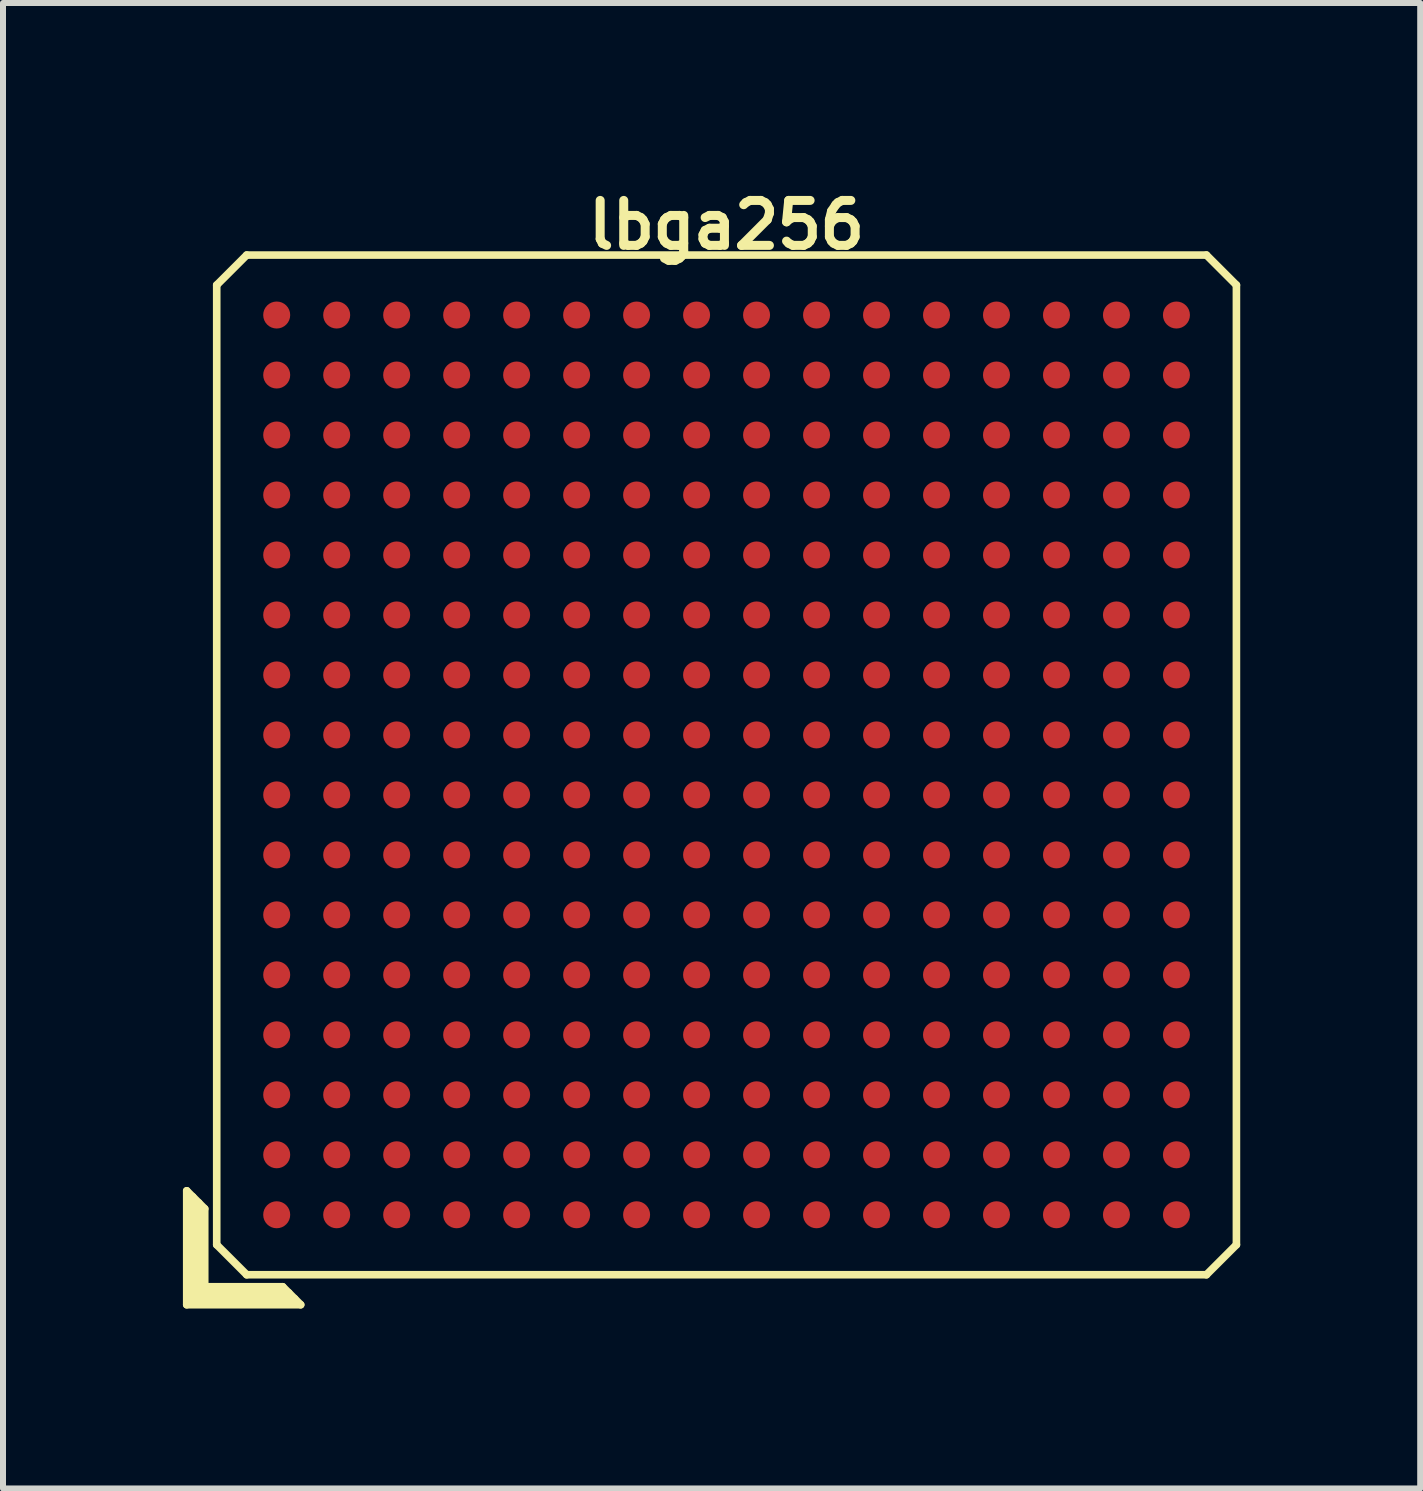
<source format=kicad_pcb>
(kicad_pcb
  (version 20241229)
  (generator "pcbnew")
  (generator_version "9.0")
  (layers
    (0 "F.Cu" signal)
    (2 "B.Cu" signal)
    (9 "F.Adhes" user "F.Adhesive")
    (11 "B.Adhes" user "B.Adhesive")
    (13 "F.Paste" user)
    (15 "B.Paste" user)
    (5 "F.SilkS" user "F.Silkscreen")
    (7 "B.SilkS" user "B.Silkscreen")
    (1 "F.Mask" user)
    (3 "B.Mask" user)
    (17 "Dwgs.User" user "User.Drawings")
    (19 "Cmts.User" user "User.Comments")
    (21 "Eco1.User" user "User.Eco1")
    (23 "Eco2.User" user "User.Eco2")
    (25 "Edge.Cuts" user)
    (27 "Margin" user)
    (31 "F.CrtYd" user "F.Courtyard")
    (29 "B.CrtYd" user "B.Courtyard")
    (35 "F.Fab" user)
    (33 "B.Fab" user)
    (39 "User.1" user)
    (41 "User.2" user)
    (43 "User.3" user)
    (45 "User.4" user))
  (footprint "lbga256"
    (layer "F.Cu")
    (at 9.063 9.702)
    (property "Reference" "lbga256" (at 0 -9 0) (layer "F.SilkS") (effects (font (size 0.75 0.75) (thickness 0.15))))
    (attr through_hole)
    (fp_line (start -9 7.1) (end -8.7 7.4) (stroke (width 0.127) (type solid)) (layer "F.SilkS"))
    (fp_line (start -9 9) (end -9 7.1) (stroke (width 0.127) (type solid)) (layer "F.SilkS"))
    (fp_line (start -8.9 7.3) (end -8.9 7.2) (stroke (width 0.127) (type solid)) (layer "F.SilkS"))
    (fp_line (start -8.9 8.9) (end -8.9 7.3) (stroke (width 0.127) (type solid)) (layer "F.SilkS"))
    (fp_line (start -8.8 7.3) (end -8.8 8.8) (stroke (width 0.127) (type solid)) (layer "F.SilkS"))
    (fp_line (start -8.8 8.8) (end -7.3 8.8) (stroke (width 0.127) (type solid)) (layer "F.SilkS"))
    (fp_line (start -8.7 7.4) (end -8.7 8.7) (stroke (width 0.127) (type solid)) (layer "F.SilkS"))
    (fp_line (start -8.7 8.7) (end -7.4 8.7) (stroke (width 0.127) (type solid)) (layer "F.SilkS"))
    (fp_line (start -8.5 -8) (end -8.5 8) (stroke (width 0.127) (type solid)) (layer "F.SilkS"))
    (fp_line (start -8.5 -8) (end -8 -8.5) (stroke (width 0.127) (type solid)) (layer "F.SilkS"))
    (fp_line (start -8 8.5) (end -8.5 8) (stroke (width 0.127) (type solid)) (layer "F.SilkS"))
    (fp_line (start -8 8.5) (end 8 8.5) (stroke (width 0.127) (type solid)) (layer "F.SilkS"))
    (fp_line (start -7.4 8.7) (end -7.1 9) (stroke (width 0.127) (type solid)) (layer "F.SilkS"))
    (fp_line (start -7.2 8.9) (end -8.9 8.9) (stroke (width 0.127) (type solid)) (layer "F.SilkS"))
    (fp_line (start -7.1 9) (end -9 9) (stroke (width 0.127) (type solid)) (layer "F.SilkS"))
    (fp_line (start 8 -8.5) (end -8 -8.5) (stroke (width 0.127) (type solid)) (layer "F.SilkS"))
    (fp_line (start 8 -8.5) (end 8.5 -8) (stroke (width 0.127) (type solid)) (layer "F.SilkS"))
    (fp_line (start 8.5 8) (end 8 8.5) (stroke (width 0.127) (type solid)) (layer "F.SilkS"))
    (fp_line (start 8.5 8) (end 8.5 -8) (stroke (width 0.127) (type solid)) (layer "F.SilkS"))
    (pad "A1" smd circle (at -7.5 7.5) (size 0.45 0.45) (layers "F.Cu" "F.Mask" "F.Paste"))
    (pad "A2" smd circle (at -6.5 7.5) (size 0.45 0.45) (layers "F.Cu" "F.Mask" "F.Paste"))
    (pad "A3" smd circle (at -5.5 7.5) (size 0.45 0.45) (layers "F.Cu" "F.Mask" "F.Paste"))
    (pad "A4" smd circle (at -4.5 7.5) (size 0.45 0.45) (layers "F.Cu" "F.Mask" "F.Paste"))
    (pad "A5" smd circle (at -3.5 7.5) (size 0.45 0.45) (layers "F.Cu" "F.Mask" "F.Paste"))
    (pad "A6" smd circle (at -2.5 7.5) (size 0.45 0.45) (layers "F.Cu" "F.Mask" "F.Paste"))
    (pad "A7" smd circle (at -1.5 7.5) (size 0.45 0.45) (layers "F.Cu" "F.Mask" "F.Paste"))
    (pad "A8" smd circle (at -0.5 7.5) (size 0.45 0.45) (layers "F.Cu" "F.Mask" "F.Paste"))
    (pad "A9" smd circle (at 0.5 7.5) (size 0.45 0.45) (layers "F.Cu" "F.Mask" "F.Paste"))
    (pad "A10" smd circle (at 1.5 7.5) (size 0.45 0.45) (layers "F.Cu" "F.Mask" "F.Paste"))
    (pad "A11" smd circle (at 2.5 7.5) (size 0.45 0.45) (layers "F.Cu" "F.Mask" "F.Paste"))
    (pad "A12" smd circle (at 3.5 7.5) (size 0.45 0.45) (layers "F.Cu" "F.Mask" "F.Paste"))
    (pad "A13" smd circle (at 4.5 7.5) (size 0.45 0.45) (layers "F.Cu" "F.Mask" "F.Paste"))
    (pad "A14" smd circle (at 5.5 7.5) (size 0.45 0.45) (layers "F.Cu" "F.Mask" "F.Paste"))
    (pad "A15" smd circle (at 6.5 7.5) (size 0.45 0.45) (layers "F.Cu" "F.Mask" "F.Paste"))
    (pad "A16" smd circle (at 7.5 7.5) (size 0.45 0.45) (layers "F.Cu" "F.Mask" "F.Paste"))
    (pad "B1" smd circle (at -7.5 6.5) (size 0.45 0.45) (layers "F.Cu" "F.Mask" "F.Paste"))
    (pad "B2" smd circle (at -6.5 6.5) (size 0.45 0.45) (layers "F.Cu" "F.Mask" "F.Paste"))
    (pad "B3" smd circle (at -5.5 6.5) (size 0.45 0.45) (layers "F.Cu" "F.Mask" "F.Paste"))
    (pad "B4" smd circle (at -4.5 6.5) (size 0.45 0.45) (layers "F.Cu" "F.Mask" "F.Paste"))
    (pad "B5" smd circle (at -3.5 6.5) (size 0.45 0.45) (layers "F.Cu" "F.Mask" "F.Paste"))
    (pad "B6" smd circle (at -2.5 6.5) (size 0.45 0.45) (layers "F.Cu" "F.Mask" "F.Paste"))
    (pad "B7" smd circle (at -1.5 6.5) (size 0.45 0.45) (layers "F.Cu" "F.Mask" "F.Paste"))
    (pad "B8" smd circle (at -0.5 6.5) (size 0.45 0.45) (layers "F.Cu" "F.Mask" "F.Paste"))
    (pad "B9" smd circle (at 0.5 6.5) (size 0.45 0.45) (layers "F.Cu" "F.Mask" "F.Paste"))
    (pad "B10" smd circle (at 1.5 6.5) (size 0.45 0.45) (layers "F.Cu" "F.Mask" "F.Paste"))
    (pad "B11" smd circle (at 2.5 6.5) (size 0.45 0.45) (layers "F.Cu" "F.Mask" "F.Paste"))
    (pad "B12" smd circle (at 3.5 6.5) (size 0.45 0.45) (layers "F.Cu" "F.Mask" "F.Paste"))
    (pad "B13" smd circle (at 4.5 6.5) (size 0.45 0.45) (layers "F.Cu" "F.Mask" "F.Paste"))
    (pad "B14" smd circle (at 5.5 6.5) (size 0.45 0.45) (layers "F.Cu" "F.Mask" "F.Paste"))
    (pad "B15" smd circle (at 6.5 6.5) (size 0.45 0.45) (layers "F.Cu" "F.Mask" "F.Paste"))
    (pad "B16" smd circle (at 7.5 6.5) (size 0.45 0.45) (layers "F.Cu" "F.Mask" "F.Paste"))
    (pad "C1" smd circle (at -7.5 5.5) (size 0.45 0.45) (layers "F.Cu" "F.Mask" "F.Paste"))
    (pad "C2" smd circle (at -6.5 5.5) (size 0.45 0.45) (layers "F.Cu" "F.Mask" "F.Paste"))
    (pad "C3" smd circle (at -5.5 5.5) (size 0.45 0.45) (layers "F.Cu" "F.Mask" "F.Paste"))
    (pad "C4" smd circle (at -4.5 5.5) (size 0.45 0.45) (layers "F.Cu" "F.Mask" "F.Paste"))
    (pad "C5" smd circle (at -3.5 5.5) (size 0.45 0.45) (layers "F.Cu" "F.Mask" "F.Paste"))
    (pad "C6" smd circle (at -2.5 5.5) (size 0.45 0.45) (layers "F.Cu" "F.Mask" "F.Paste"))
    (pad "C7" smd circle (at -1.5 5.5) (size 0.45 0.45) (layers "F.Cu" "F.Mask" "F.Paste"))
    (pad "C8" smd circle (at -0.5 5.5) (size 0.45 0.45) (layers "F.Cu" "F.Mask" "F.Paste"))
    (pad "C9" smd circle (at 0.5 5.5) (size 0.45 0.45) (layers "F.Cu" "F.Mask" "F.Paste"))
    (pad "C10" smd circle (at 1.5 5.5) (size 0.45 0.45) (layers "F.Cu" "F.Mask" "F.Paste"))
    (pad "C11" smd circle (at 2.5 5.5) (size 0.45 0.45) (layers "F.Cu" "F.Mask" "F.Paste"))
    (pad "C12" smd circle (at 3.5 5.5) (size 0.45 0.45) (layers "F.Cu" "F.Mask" "F.Paste"))
    (pad "C13" smd circle (at 4.5 5.5) (size 0.45 0.45) (layers "F.Cu" "F.Mask" "F.Paste"))
    (pad "C14" smd circle (at 5.5 5.5) (size 0.45 0.45) (layers "F.Cu" "F.Mask" "F.Paste"))
    (pad "C15" smd circle (at 6.5 5.5) (size 0.45 0.45) (layers "F.Cu" "F.Mask" "F.Paste"))
    (pad "C16" smd circle (at 7.5 5.5) (size 0.45 0.45) (layers "F.Cu" "F.Mask" "F.Paste"))
    (pad "D1" smd circle (at -7.5 4.5) (size 0.45 0.45) (layers "F.Cu" "F.Mask" "F.Paste"))
    (pad "D2" smd circle (at -6.5 4.5) (size 0.45 0.45) (layers "F.Cu" "F.Mask" "F.Paste"))
    (pad "D3" smd circle (at -5.5 4.5) (size 0.45 0.45) (layers "F.Cu" "F.Mask" "F.Paste"))
    (pad "D4" smd circle (at -4.5 4.5) (size 0.45 0.45) (layers "F.Cu" "F.Mask" "F.Paste"))
    (pad "D5" smd circle (at -3.5 4.5) (size 0.45 0.45) (layers "F.Cu" "F.Mask" "F.Paste"))
    (pad "D6" smd circle (at -2.5 4.5) (size 0.45 0.45) (layers "F.Cu" "F.Mask" "F.Paste"))
    (pad "D7" smd circle (at -1.5 4.5) (size 0.45 0.45) (layers "F.Cu" "F.Mask" "F.Paste"))
    (pad "D8" smd circle (at -0.5 4.5) (size 0.45 0.45) (layers "F.Cu" "F.Mask" "F.Paste"))
    (pad "D9" smd circle (at 0.5 4.5) (size 0.45 0.45) (layers "F.Cu" "F.Mask" "F.Paste"))
    (pad "D10" smd circle (at 1.5 4.5) (size 0.45 0.45) (layers "F.Cu" "F.Mask" "F.Paste"))
    (pad "D11" smd circle (at 2.5 4.5) (size 0.45 0.45) (layers "F.Cu" "F.Mask" "F.Paste"))
    (pad "D12" smd circle (at 3.5 4.5) (size 0.45 0.45) (layers "F.Cu" "F.Mask" "F.Paste"))
    (pad "D13" smd circle (at 4.5 4.5) (size 0.45 0.45) (layers "F.Cu" "F.Mask" "F.Paste"))
    (pad "D14" smd circle (at 5.5 4.5) (size 0.45 0.45) (layers "F.Cu" "F.Mask" "F.Paste"))
    (pad "D15" smd circle (at 6.5 4.5) (size 0.45 0.45) (layers "F.Cu" "F.Mask" "F.Paste"))
    (pad "D16" smd circle (at 7.5 4.5) (size 0.45 0.45) (layers "F.Cu" "F.Mask" "F.Paste"))
    (pad "E1" smd circle (at -7.5 3.5) (size 0.45 0.45) (layers "F.Cu" "F.Mask" "F.Paste"))
    (pad "E2" smd circle (at -6.5 3.5) (size 0.45 0.45) (layers "F.Cu" "F.Mask" "F.Paste"))
    (pad "E3" smd circle (at -5.5 3.5) (size 0.45 0.45) (layers "F.Cu" "F.Mask" "F.Paste"))
    (pad "E4" smd circle (at -4.5 3.5) (size 0.45 0.45) (layers "F.Cu" "F.Mask" "F.Paste"))
    (pad "E5" smd circle (at -3.5 3.5) (size 0.45 0.45) (layers "F.Cu" "F.Mask" "F.Paste"))
    (pad "E6" smd circle (at -2.5 3.5) (size 0.45 0.45) (layers "F.Cu" "F.Mask" "F.Paste"))
    (pad "E7" smd circle (at -1.5 3.5) (size 0.45 0.45) (layers "F.Cu" "F.Mask" "F.Paste"))
    (pad "E8" smd circle (at -0.5 3.5) (size 0.45 0.45) (layers "F.Cu" "F.Mask" "F.Paste"))
    (pad "E9" smd circle (at 0.5 3.5) (size 0.45 0.45) (layers "F.Cu" "F.Mask" "F.Paste"))
    (pad "E10" smd circle (at 1.5 3.5) (size 0.45 0.45) (layers "F.Cu" "F.Mask" "F.Paste"))
    (pad "E11" smd circle (at 2.5 3.5) (size 0.45 0.45) (layers "F.Cu" "F.Mask" "F.Paste"))
    (pad "E12" smd circle (at 3.5 3.5) (size 0.45 0.45) (layers "F.Cu" "F.Mask" "F.Paste"))
    (pad "E13" smd circle (at 4.5 3.5) (size 0.45 0.45) (layers "F.Cu" "F.Mask" "F.Paste"))
    (pad "E14" smd circle (at 5.5 3.5) (size 0.45 0.45) (layers "F.Cu" "F.Mask" "F.Paste"))
    (pad "E15" smd circle (at 6.5 3.5) (size 0.45 0.45) (layers "F.Cu" "F.Mask" "F.Paste"))
    (pad "E16" smd circle (at 7.5 3.5) (size 0.45 0.45) (layers "F.Cu" "F.Mask" "F.Paste"))
    (pad "F1" smd circle (at -7.5 2.5) (size 0.45 0.45) (layers "F.Cu" "F.Mask" "F.Paste"))
    (pad "F2" smd circle (at -6.5 2.5) (size 0.45 0.45) (layers "F.Cu" "F.Mask" "F.Paste"))
    (pad "F3" smd circle (at -5.5 2.5) (size 0.45 0.45) (layers "F.Cu" "F.Mask" "F.Paste"))
    (pad "F4" smd circle (at -4.5 2.5) (size 0.45 0.45) (layers "F.Cu" "F.Mask" "F.Paste"))
    (pad "F5" smd circle (at -3.5 2.5) (size 0.45 0.45) (layers "F.Cu" "F.Mask" "F.Paste"))
    (pad "F6" smd circle (at -2.5 2.5) (size 0.45 0.45) (layers "F.Cu" "F.Mask" "F.Paste"))
    (pad "F7" smd circle (at -1.5 2.5) (size 0.45 0.45) (layers "F.Cu" "F.Mask" "F.Paste"))
    (pad "F8" smd circle (at -0.5 2.5) (size 0.45 0.45) (layers "F.Cu" "F.Mask" "F.Paste"))
    (pad "F9" smd circle (at 0.5 2.5) (size 0.45 0.45) (layers "F.Cu" "F.Mask" "F.Paste"))
    (pad "F10" smd circle (at 1.5 2.5) (size 0.45 0.45) (layers "F.Cu" "F.Mask" "F.Paste"))
    (pad "F11" smd circle (at 2.5 2.5) (size 0.45 0.45) (layers "F.Cu" "F.Mask" "F.Paste"))
    (pad "F12" smd circle (at 3.5 2.5) (size 0.45 0.45) (layers "F.Cu" "F.Mask" "F.Paste"))
    (pad "F13" smd circle (at 4.5 2.5) (size 0.45 0.45) (layers "F.Cu" "F.Mask" "F.Paste"))
    (pad "F14" smd circle (at 5.5 2.5) (size 0.45 0.45) (layers "F.Cu" "F.Mask" "F.Paste"))
    (pad "F15" smd circle (at 6.5 2.5) (size 0.45 0.45) (layers "F.Cu" "F.Mask" "F.Paste"))
    (pad "F16" smd circle (at 7.5 2.5) (size 0.45 0.45) (layers "F.Cu" "F.Mask" "F.Paste"))
    (pad "G1" smd circle (at -7.5 1.5) (size 0.45 0.45) (layers "F.Cu" "F.Mask" "F.Paste"))
    (pad "G2" smd circle (at -6.5 1.5) (size 0.45 0.45) (layers "F.Cu" "F.Mask" "F.Paste"))
    (pad "G3" smd circle (at -5.5 1.5) (size 0.45 0.45) (layers "F.Cu" "F.Mask" "F.Paste"))
    (pad "G4" smd circle (at -4.5 1.5) (size 0.45 0.45) (layers "F.Cu" "F.Mask" "F.Paste"))
    (pad "G5" smd circle (at -3.5 1.5) (size 0.45 0.45) (layers "F.Cu" "F.Mask" "F.Paste"))
    (pad "G6" smd circle (at -2.5 1.5) (size 0.45 0.45) (layers "F.Cu" "F.Mask" "F.Paste"))
    (pad "G7" smd circle (at -1.5 1.5) (size 0.45 0.45) (layers "F.Cu" "F.Mask" "F.Paste"))
    (pad "G8" smd circle (at -0.5 1.5) (size 0.45 0.45) (layers "F.Cu" "F.Mask" "F.Paste"))
    (pad "G9" smd circle (at 0.5 1.5) (size 0.45 0.45) (layers "F.Cu" "F.Mask" "F.Paste"))
    (pad "G10" smd circle (at 1.5 1.5) (size 0.45 0.45) (layers "F.Cu" "F.Mask" "F.Paste"))
    (pad "G11" smd circle (at 2.5 1.5) (size 0.45 0.45) (layers "F.Cu" "F.Mask" "F.Paste"))
    (pad "G12" smd circle (at 3.5 1.5) (size 0.45 0.45) (layers "F.Cu" "F.Mask" "F.Paste"))
    (pad "G13" smd circle (at 4.5 1.5) (size 0.45 0.45) (layers "F.Cu" "F.Mask" "F.Paste"))
    (pad "G14" smd circle (at 5.5 1.5) (size 0.45 0.45) (layers "F.Cu" "F.Mask" "F.Paste"))
    (pad "G15" smd circle (at 6.5 1.5) (size 0.45 0.45) (layers "F.Cu" "F.Mask" "F.Paste"))
    (pad "G16" smd circle (at 7.5 1.5) (size 0.45 0.45) (layers "F.Cu" "F.Mask" "F.Paste"))
    (pad "H1" smd circle (at -7.5 0.5) (size 0.45 0.45) (layers "F.Cu" "F.Mask" "F.Paste"))
    (pad "H2" smd circle (at -6.5 0.5) (size 0.45 0.45) (layers "F.Cu" "F.Mask" "F.Paste"))
    (pad "H3" smd circle (at -5.5 0.5) (size 0.45 0.45) (layers "F.Cu" "F.Mask" "F.Paste"))
    (pad "H4" smd circle (at -4.5 0.5) (size 0.45 0.45) (layers "F.Cu" "F.Mask" "F.Paste"))
    (pad "H5" smd circle (at -3.5 0.5) (size 0.45 0.45) (layers "F.Cu" "F.Mask" "F.Paste"))
    (pad "H6" smd circle (at -2.5 0.5) (size 0.45 0.45) (layers "F.Cu" "F.Mask" "F.Paste"))
    (pad "H7" smd circle (at -1.5 0.5) (size 0.45 0.45) (layers "F.Cu" "F.Mask" "F.Paste"))
    (pad "H8" smd circle (at -0.5 0.5) (size 0.45 0.45) (layers "F.Cu" "F.Mask" "F.Paste"))
    (pad "H9" smd circle (at 0.5 0.5) (size 0.45 0.45) (layers "F.Cu" "F.Mask" "F.Paste"))
    (pad "H10" smd circle (at 1.5 0.5) (size 0.45 0.45) (layers "F.Cu" "F.Mask" "F.Paste"))
    (pad "H11" smd circle (at 2.5 0.5) (size 0.45 0.45) (layers "F.Cu" "F.Mask" "F.Paste"))
    (pad "H12" smd circle (at 3.5 0.5) (size 0.45 0.45) (layers "F.Cu" "F.Mask" "F.Paste"))
    (pad "H13" smd circle (at 4.5 0.5) (size 0.45 0.45) (layers "F.Cu" "F.Mask" "F.Paste"))
    (pad "H14" smd circle (at 5.5 0.5) (size 0.45 0.45) (layers "F.Cu" "F.Mask" "F.Paste"))
    (pad "H15" smd circle (at 6.5 0.5) (size 0.45 0.45) (layers "F.Cu" "F.Mask" "F.Paste"))
    (pad "H16" smd circle (at 7.5 0.5) (size 0.45 0.45) (layers "F.Cu" "F.Mask" "F.Paste"))
    (pad "J1" smd circle (at -7.5 -0.5) (size 0.45 0.45) (layers "F.Cu" "F.Mask" "F.Paste"))
    (pad "J2" smd circle (at -6.5 -0.5) (size 0.45 0.45) (layers "F.Cu" "F.Mask" "F.Paste"))
    (pad "J3" smd circle (at -5.5 -0.5) (size 0.45 0.45) (layers "F.Cu" "F.Mask" "F.Paste"))
    (pad "J4" smd circle (at -4.5 -0.5) (size 0.45 0.45) (layers "F.Cu" "F.Mask" "F.Paste"))
    (pad "J5" smd circle (at -3.5 -0.5) (size 0.45 0.45) (layers "F.Cu" "F.Mask" "F.Paste"))
    (pad "J6" smd circle (at -2.5 -0.5) (size 0.45 0.45) (layers "F.Cu" "F.Mask" "F.Paste"))
    (pad "J7" smd circle (at -1.5 -0.5) (size 0.45 0.45) (layers "F.Cu" "F.Mask" "F.Paste"))
    (pad "J8" smd circle (at -0.5 -0.5) (size 0.45 0.45) (layers "F.Cu" "F.Mask" "F.Paste"))
    (pad "J9" smd circle (at 0.5 -0.5) (size 0.45 0.45) (layers "F.Cu" "F.Mask" "F.Paste"))
    (pad "J10" smd circle (at 1.5 -0.5) (size 0.45 0.45) (layers "F.Cu" "F.Mask" "F.Paste"))
    (pad "J11" smd circle (at 2.5 -0.5) (size 0.45 0.45) (layers "F.Cu" "F.Mask" "F.Paste"))
    (pad "J12" smd circle (at 3.5 -0.5) (size 0.45 0.45) (layers "F.Cu" "F.Mask" "F.Paste"))
    (pad "J13" smd circle (at 4.5 -0.5) (size 0.45 0.45) (layers "F.Cu" "F.Mask" "F.Paste"))
    (pad "J14" smd circle (at 5.5 -0.5) (size 0.45 0.45) (layers "F.Cu" "F.Mask" "F.Paste"))
    (pad "J15" smd circle (at 6.5 -0.5) (size 0.45 0.45) (layers "F.Cu" "F.Mask" "F.Paste"))
    (pad "J16" smd circle (at 7.5 -0.5) (size 0.45 0.45) (layers "F.Cu" "F.Mask" "F.Paste"))
    (pad "K1" smd circle (at -7.5 -1.5) (size 0.45 0.45) (layers "F.Cu" "F.Mask" "F.Paste"))
    (pad "K2" smd circle (at -6.5 -1.5) (size 0.45 0.45) (layers "F.Cu" "F.Mask" "F.Paste"))
    (pad "K3" smd circle (at -5.5 -1.5) (size 0.45 0.45) (layers "F.Cu" "F.Mask" "F.Paste"))
    (pad "K4" smd circle (at -4.5 -1.5) (size 0.45 0.45) (layers "F.Cu" "F.Mask" "F.Paste"))
    (pad "K5" smd circle (at -3.5 -1.5) (size 0.45 0.45) (layers "F.Cu" "F.Mask" "F.Paste"))
    (pad "K6" smd circle (at -2.5 -1.5) (size 0.45 0.45) (layers "F.Cu" "F.Mask" "F.Paste"))
    (pad "K7" smd circle (at -1.5 -1.5) (size 0.45 0.45) (layers "F.Cu" "F.Mask" "F.Paste"))
    (pad "K8" smd circle (at -0.5 -1.5) (size 0.45 0.45) (layers "F.Cu" "F.Mask" "F.Paste"))
    (pad "K9" smd circle (at 0.5 -1.5) (size 0.45 0.45) (layers "F.Cu" "F.Mask" "F.Paste"))
    (pad "K10" smd circle (at 1.5 -1.5) (size 0.45 0.45) (layers "F.Cu" "F.Mask" "F.Paste"))
    (pad "K11" smd circle (at 2.5 -1.5) (size 0.45 0.45) (layers "F.Cu" "F.Mask" "F.Paste"))
    (pad "K12" smd circle (at 3.5 -1.5) (size 0.45 0.45) (layers "F.Cu" "F.Mask" "F.Paste"))
    (pad "K13" smd circle (at 4.5 -1.5) (size 0.45 0.45) (layers "F.Cu" "F.Mask" "F.Paste"))
    (pad "K14" smd circle (at 5.5 -1.5) (size 0.45 0.45) (layers "F.Cu" "F.Mask" "F.Paste"))
    (pad "K15" smd circle (at 6.5 -1.5) (size 0.45 0.45) (layers "F.Cu" "F.Mask" "F.Paste"))
    (pad "K16" smd circle (at 7.5 -1.5) (size 0.45 0.45) (layers "F.Cu" "F.Mask" "F.Paste"))
    (pad "L1" smd circle (at -7.5 -2.5) (size 0.45 0.45) (layers "F.Cu" "F.Mask" "F.Paste"))
    (pad "L2" smd circle (at -6.5 -2.5) (size 0.45 0.45) (layers "F.Cu" "F.Mask" "F.Paste"))
    (pad "L3" smd circle (at -5.5 -2.5) (size 0.45 0.45) (layers "F.Cu" "F.Mask" "F.Paste"))
    (pad "L4" smd circle (at -4.5 -2.5) (size 0.45 0.45) (layers "F.Cu" "F.Mask" "F.Paste"))
    (pad "L5" smd circle (at -3.5 -2.5) (size 0.45 0.45) (layers "F.Cu" "F.Mask" "F.Paste"))
    (pad "L6" smd circle (at -2.5 -2.5) (size 0.45 0.45) (layers "F.Cu" "F.Mask" "F.Paste"))
    (pad "L7" smd circle (at -1.5 -2.5) (size 0.45 0.45) (layers "F.Cu" "F.Mask" "F.Paste"))
    (pad "L8" smd circle (at -0.5 -2.5) (size 0.45 0.45) (layers "F.Cu" "F.Mask" "F.Paste"))
    (pad "L9" smd circle (at 0.5 -2.5) (size 0.45 0.45) (layers "F.Cu" "F.Mask" "F.Paste"))
    (pad "L10" smd circle (at 1.5 -2.5) (size 0.45 0.45) (layers "F.Cu" "F.Mask" "F.Paste"))
    (pad "L11" smd circle (at 2.5 -2.5) (size 0.45 0.45) (layers "F.Cu" "F.Mask" "F.Paste"))
    (pad "L12" smd circle (at 3.5 -2.5) (size 0.45 0.45) (layers "F.Cu" "F.Mask" "F.Paste"))
    (pad "L13" smd circle (at 4.5 -2.5) (size 0.45 0.45) (layers "F.Cu" "F.Mask" "F.Paste"))
    (pad "L14" smd circle (at 5.5 -2.5) (size 0.45 0.45) (layers "F.Cu" "F.Mask" "F.Paste"))
    (pad "L15" smd circle (at 6.5 -2.5) (size 0.45 0.45) (layers "F.Cu" "F.Mask" "F.Paste"))
    (pad "L16" smd circle (at 7.5 -2.5) (size 0.45 0.45) (layers "F.Cu" "F.Mask" "F.Paste"))
    (pad "M1" smd circle (at -7.5 -3.5) (size 0.45 0.45) (layers "F.Cu" "F.Mask" "F.Paste"))
    (pad "M2" smd circle (at -6.5 -3.5) (size 0.45 0.45) (layers "F.Cu" "F.Mask" "F.Paste"))
    (pad "M3" smd circle (at -5.5 -3.5) (size 0.45 0.45) (layers "F.Cu" "F.Mask" "F.Paste"))
    (pad "M4" smd circle (at -4.5 -3.5) (size 0.45 0.45) (layers "F.Cu" "F.Mask" "F.Paste"))
    (pad "M5" smd circle (at -3.5 -3.5) (size 0.45 0.45) (layers "F.Cu" "F.Mask" "F.Paste"))
    (pad "M6" smd circle (at -2.5 -3.5) (size 0.45 0.45) (layers "F.Cu" "F.Mask" "F.Paste"))
    (pad "M7" smd circle (at -1.5 -3.5) (size 0.45 0.45) (layers "F.Cu" "F.Mask" "F.Paste"))
    (pad "M8" smd circle (at -0.5 -3.5) (size 0.45 0.45) (layers "F.Cu" "F.Mask" "F.Paste"))
    (pad "M9" smd circle (at 0.5 -3.5) (size 0.45 0.45) (layers "F.Cu" "F.Mask" "F.Paste"))
    (pad "M10" smd circle (at 1.5 -3.5) (size 0.45 0.45) (layers "F.Cu" "F.Mask" "F.Paste"))
    (pad "M11" smd circle (at 2.5 -3.5) (size 0.45 0.45) (layers "F.Cu" "F.Mask" "F.Paste"))
    (pad "M12" smd circle (at 3.5 -3.5) (size 0.45 0.45) (layers "F.Cu" "F.Mask" "F.Paste"))
    (pad "M13" smd circle (at 4.5 -3.5) (size 0.45 0.45) (layers "F.Cu" "F.Mask" "F.Paste"))
    (pad "M14" smd circle (at 5.5 -3.5) (size 0.45 0.45) (layers "F.Cu" "F.Mask" "F.Paste"))
    (pad "M15" smd circle (at 6.5 -3.5) (size 0.45 0.45) (layers "F.Cu" "F.Mask" "F.Paste"))
    (pad "M16" smd circle (at 7.5 -3.5) (size 0.45 0.45) (layers "F.Cu" "F.Mask" "F.Paste"))
    (pad "N1" smd circle (at -7.5 -4.5) (size 0.45 0.45) (layers "F.Cu" "F.Mask" "F.Paste"))
    (pad "N2" smd circle (at -6.5 -4.5) (size 0.45 0.45) (layers "F.Cu" "F.Mask" "F.Paste"))
    (pad "N3" smd circle (at -5.5 -4.5) (size 0.45 0.45) (layers "F.Cu" "F.Mask" "F.Paste"))
    (pad "N4" smd circle (at -4.5 -4.5) (size 0.45 0.45) (layers "F.Cu" "F.Mask" "F.Paste"))
    (pad "N5" smd circle (at -3.5 -4.5) (size 0.45 0.45) (layers "F.Cu" "F.Mask" "F.Paste"))
    (pad "N6" smd circle (at -2.5 -4.5) (size 0.45 0.45) (layers "F.Cu" "F.Mask" "F.Paste"))
    (pad "N7" smd circle (at -1.5 -4.5) (size 0.45 0.45) (layers "F.Cu" "F.Mask" "F.Paste"))
    (pad "N8" smd circle (at -0.5 -4.5) (size 0.45 0.45) (layers "F.Cu" "F.Mask" "F.Paste"))
    (pad "N9" smd circle (at 0.5 -4.5) (size 0.45 0.45) (layers "F.Cu" "F.Mask" "F.Paste"))
    (pad "N10" smd circle (at 1.5 -4.5) (size 0.45 0.45) (layers "F.Cu" "F.Mask" "F.Paste"))
    (pad "N11" smd circle (at 2.5 -4.5) (size 0.45 0.45) (layers "F.Cu" "F.Mask" "F.Paste"))
    (pad "N12" smd circle (at 3.5 -4.5) (size 0.45 0.45) (layers "F.Cu" "F.Mask" "F.Paste"))
    (pad "N13" smd circle (at 4.5 -4.5) (size 0.45 0.45) (layers "F.Cu" "F.Mask" "F.Paste"))
    (pad "N14" smd circle (at 5.5 -4.5) (size 0.45 0.45) (layers "F.Cu" "F.Mask" "F.Paste"))
    (pad "N15" smd circle (at 6.5 -4.5) (size 0.45 0.45) (layers "F.Cu" "F.Mask" "F.Paste"))
    (pad "N16" smd circle (at 7.5 -4.5) (size 0.45 0.45) (layers "F.Cu" "F.Mask" "F.Paste"))
    (pad "P1" smd circle (at -7.5 -5.5) (size 0.45 0.45) (layers "F.Cu" "F.Mask" "F.Paste"))
    (pad "P2" smd circle (at -6.5 -5.5) (size 0.45 0.45) (layers "F.Cu" "F.Mask" "F.Paste"))
    (pad "P3" smd circle (at -5.5 -5.5) (size 0.45 0.45) (layers "F.Cu" "F.Mask" "F.Paste"))
    (pad "P4" smd circle (at -4.5 -5.5) (size 0.45 0.45) (layers "F.Cu" "F.Mask" "F.Paste"))
    (pad "P5" smd circle (at -3.5 -5.5) (size 0.45 0.45) (layers "F.Cu" "F.Mask" "F.Paste"))
    (pad "P6" smd circle (at -2.5 -5.5) (size 0.45 0.45) (layers "F.Cu" "F.Mask" "F.Paste"))
    (pad "P7" smd circle (at -1.5 -5.5) (size 0.45 0.45) (layers "F.Cu" "F.Mask" "F.Paste"))
    (pad "P8" smd circle (at -0.5 -5.5) (size 0.45 0.45) (layers "F.Cu" "F.Mask" "F.Paste"))
    (pad "P9" smd circle (at 0.5 -5.5) (size 0.45 0.45) (layers "F.Cu" "F.Mask" "F.Paste"))
    (pad "P10" smd circle (at 1.5 -5.5) (size 0.45 0.45) (layers "F.Cu" "F.Mask" "F.Paste"))
    (pad "P11" smd circle (at 2.5 -5.5) (size 0.45 0.45) (layers "F.Cu" "F.Mask" "F.Paste"))
    (pad "P12" smd circle (at 3.5 -5.5) (size 0.45 0.45) (layers "F.Cu" "F.Mask" "F.Paste"))
    (pad "P13" smd circle (at 4.5 -5.5) (size 0.45 0.45) (layers "F.Cu" "F.Mask" "F.Paste"))
    (pad "P14" smd circle (at 5.5 -5.5) (size 0.45 0.45) (layers "F.Cu" "F.Mask" "F.Paste"))
    (pad "P15" smd circle (at 6.5 -5.5) (size 0.45 0.45) (layers "F.Cu" "F.Mask" "F.Paste"))
    (pad "P16" smd circle (at 7.5 -5.5) (size 0.45 0.45) (layers "F.Cu" "F.Mask" "F.Paste"))
    (pad "R1" smd circle (at -7.5 -6.5) (size 0.45 0.45) (layers "F.Cu" "F.Mask" "F.Paste"))
    (pad "R2" smd circle (at -6.5 -6.5) (size 0.45 0.45) (layers "F.Cu" "F.Mask" "F.Paste"))
    (pad "R3" smd circle (at -5.5 -6.5) (size 0.45 0.45) (layers "F.Cu" "F.Mask" "F.Paste"))
    (pad "R4" smd circle (at -4.5 -6.5) (size 0.45 0.45) (layers "F.Cu" "F.Mask" "F.Paste"))
    (pad "R5" smd circle (at -3.5 -6.5) (size 0.45 0.45) (layers "F.Cu" "F.Mask" "F.Paste"))
    (pad "R6" smd circle (at -2.5 -6.5) (size 0.45 0.45) (layers "F.Cu" "F.Mask" "F.Paste"))
    (pad "R7" smd circle (at -1.5 -6.5) (size 0.45 0.45) (layers "F.Cu" "F.Mask" "F.Paste"))
    (pad "R8" smd circle (at -0.5 -6.5) (size 0.45 0.45) (layers "F.Cu" "F.Mask" "F.Paste"))
    (pad "R9" smd circle (at 0.5 -6.5) (size 0.45 0.45) (layers "F.Cu" "F.Mask" "F.Paste"))
    (pad "R10" smd circle (at 1.5 -6.5) (size 0.45 0.45) (layers "F.Cu" "F.Mask" "F.Paste"))
    (pad "R11" smd circle (at 2.5 -6.5) (size 0.45 0.45) (layers "F.Cu" "F.Mask" "F.Paste"))
    (pad "R12" smd circle (at 3.5 -6.5) (size 0.45 0.45) (layers "F.Cu" "F.Mask" "F.Paste"))
    (pad "R13" smd circle (at 4.5 -6.5) (size 0.45 0.45) (layers "F.Cu" "F.Mask" "F.Paste"))
    (pad "R14" smd circle (at 5.5 -6.5) (size 0.45 0.45) (layers "F.Cu" "F.Mask" "F.Paste"))
    (pad "R15" smd circle (at 6.5 -6.5) (size 0.45 0.45) (layers "F.Cu" "F.Mask" "F.Paste"))
    (pad "R16" smd circle (at 7.5 -6.5) (size 0.45 0.45) (layers "F.Cu" "F.Mask" "F.Paste"))
    (pad "T1" smd circle (at -7.5 -7.5) (size 0.45 0.45) (layers "F.Cu" "F.Mask" "F.Paste"))
    (pad "T2" smd circle (at -6.5 -7.5) (size 0.45 0.45) (layers "F.Cu" "F.Mask" "F.Paste"))
    (pad "T3" smd circle (at -5.5 -7.5) (size 0.45 0.45) (layers "F.Cu" "F.Mask" "F.Paste"))
    (pad "T4" smd circle (at -4.5 -7.5) (size 0.45 0.45) (layers "F.Cu" "F.Mask" "F.Paste"))
    (pad "T5" smd circle (at -3.5 -7.5) (size 0.45 0.45) (layers "F.Cu" "F.Mask" "F.Paste"))
    (pad "T6" smd circle (at -2.5 -7.5) (size 0.45 0.45) (layers "F.Cu" "F.Mask" "F.Paste"))
    (pad "T7" smd circle (at -1.5 -7.5) (size 0.45 0.45) (layers "F.Cu" "F.Mask" "F.Paste"))
    (pad "T8" smd circle (at -0.5 -7.5) (size 0.45 0.45) (layers "F.Cu" "F.Mask" "F.Paste"))
    (pad "T9" smd circle (at 0.5 -7.5) (size 0.45 0.45) (layers "F.Cu" "F.Mask" "F.Paste"))
    (pad "T10" smd circle (at 1.5 -7.5) (size 0.45 0.45) (layers "F.Cu" "F.Mask" "F.Paste"))
    (pad "T11" smd circle (at 2.5 -7.5) (size 0.45 0.45) (layers "F.Cu" "F.Mask" "F.Paste"))
    (pad "T12" smd circle (at 3.5 -7.5) (size 0.45 0.45) (layers "F.Cu" "F.Mask" "F.Paste"))
    (pad "T13" smd circle (at 4.5 -7.5) (size 0.45 0.45) (layers "F.Cu" "F.Mask" "F.Paste"))
    (pad "T14" smd circle (at 5.5 -7.5) (size 0.45 0.45) (layers "F.Cu" "F.Mask" "F.Paste"))
    (pad "T15" smd circle (at 6.5 -7.5) (size 0.45 0.45) (layers "F.Cu" "F.Mask" "F.Paste"))
    (pad "T16" smd circle (at 7.5 -7.5) (size 0.45 0.45) (layers "F.Cu" "F.Mask" "F.Paste")))
  (gr_rect
    (start -3 -3)
    (end 20.627 21.765)
    (stroke (width 0.1) (type default))
    (fill no)
    (layer "Edge.Cuts")))
</source>
